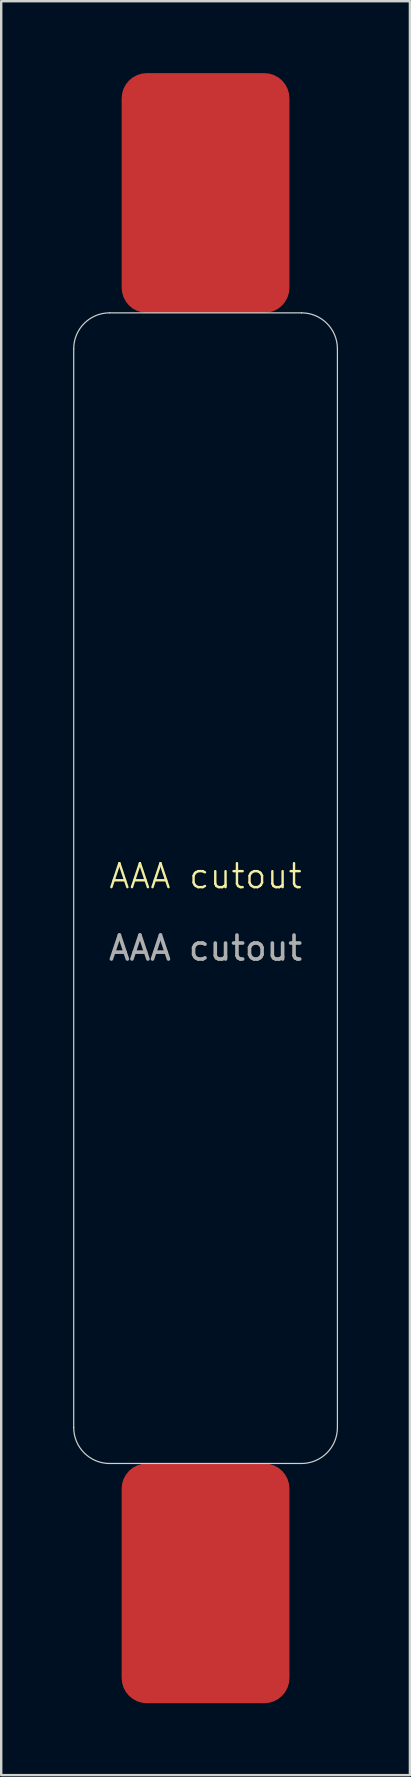
<source format=kicad_pcb>
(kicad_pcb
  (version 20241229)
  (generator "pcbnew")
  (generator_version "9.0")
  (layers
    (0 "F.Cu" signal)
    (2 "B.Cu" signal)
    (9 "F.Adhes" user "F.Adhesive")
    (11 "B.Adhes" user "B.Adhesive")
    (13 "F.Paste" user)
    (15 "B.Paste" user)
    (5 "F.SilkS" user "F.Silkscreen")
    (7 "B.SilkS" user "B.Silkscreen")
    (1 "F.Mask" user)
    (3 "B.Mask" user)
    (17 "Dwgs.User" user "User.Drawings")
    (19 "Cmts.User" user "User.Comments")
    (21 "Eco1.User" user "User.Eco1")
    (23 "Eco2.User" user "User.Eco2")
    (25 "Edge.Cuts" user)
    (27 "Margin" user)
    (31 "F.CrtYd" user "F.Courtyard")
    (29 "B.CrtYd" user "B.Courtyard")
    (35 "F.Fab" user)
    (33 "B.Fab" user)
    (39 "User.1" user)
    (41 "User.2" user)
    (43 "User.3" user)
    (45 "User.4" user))
  (footprint "AAA cutout"
    (layer "F.Cu")
    (at 5.525 34)
    (property "Reference" "AAA cutout" (at 0 -0.5 0) (unlocked yes) (layer "F.SilkS") (effects (font (size 1 1) (thickness 0.1))))
    (property "Field4" "" (at 0 0 0) (layer "F.Fab") (effects (font (size 1 1) (thickness 0.15))))
    (attr smd)
    (fp_line (start -5.5 -22.5) (end -5.5 22.5) (stroke (width 0.05) (type default)) (layer "Edge.Cuts"))
    (fp_line (start -4 -24) (end 4 -24) (stroke (width 0.05) (type default)) (layer "Edge.Cuts"))
    (fp_line (start -4 24) (end 4 24) (stroke (width 0.05) (type default)) (layer "Edge.Cuts"))
    (fp_line (start 5.5 -22.5) (end 5.5 22.5) (stroke (width 0.05) (type default)) (layer "Edge.Cuts"))
    (fp_arc (start -5.5 -22.5) (mid -5.06066 -23.56066) (end -4 -24) (stroke (width 0.05) (type default)) (layer "Edge.Cuts"))
    (fp_arc (start -4 24) (mid -5.06066 23.56066) (end -5.5 22.5) (stroke (width 0.05) (type default)) (layer "Edge.Cuts"))
    (fp_arc (start 4 -24) (mid 5.06066 -23.56066) (end 5.5 -22.5) (stroke (width 0.05) (type default)) (layer "Edge.Cuts"))
    (fp_arc (start 5.5 22.5) (mid 5.06066 23.56066) (end 4 24) (stroke (width 0.05) (type default)) (layer "Edge.Cuts"))
    (fp_text user "${REFERENCE}" (at 0 2.5 0) (unlocked yes) (layer "F.Fab") (effects (font (size 1 1) (thickness 0.15))))
    (pad "1" smd roundrect (at 0 -29) (size 7 10) (layers "F.Cu" "F.Mask" "F.Paste") (roundrect_rratio 0.15))
    (pad "2" smd roundrect (at 0 29) (size 7 10) (layers "F.Cu" "F.Mask" "F.Paste") (roundrect_rratio 0.15)))
  (gr_rect
    (start -3 -3)
    (end 14.05 71)
    (stroke (width 0.1) (type default))
    (fill no)
    (layer "Edge.Cuts")))
</source>
